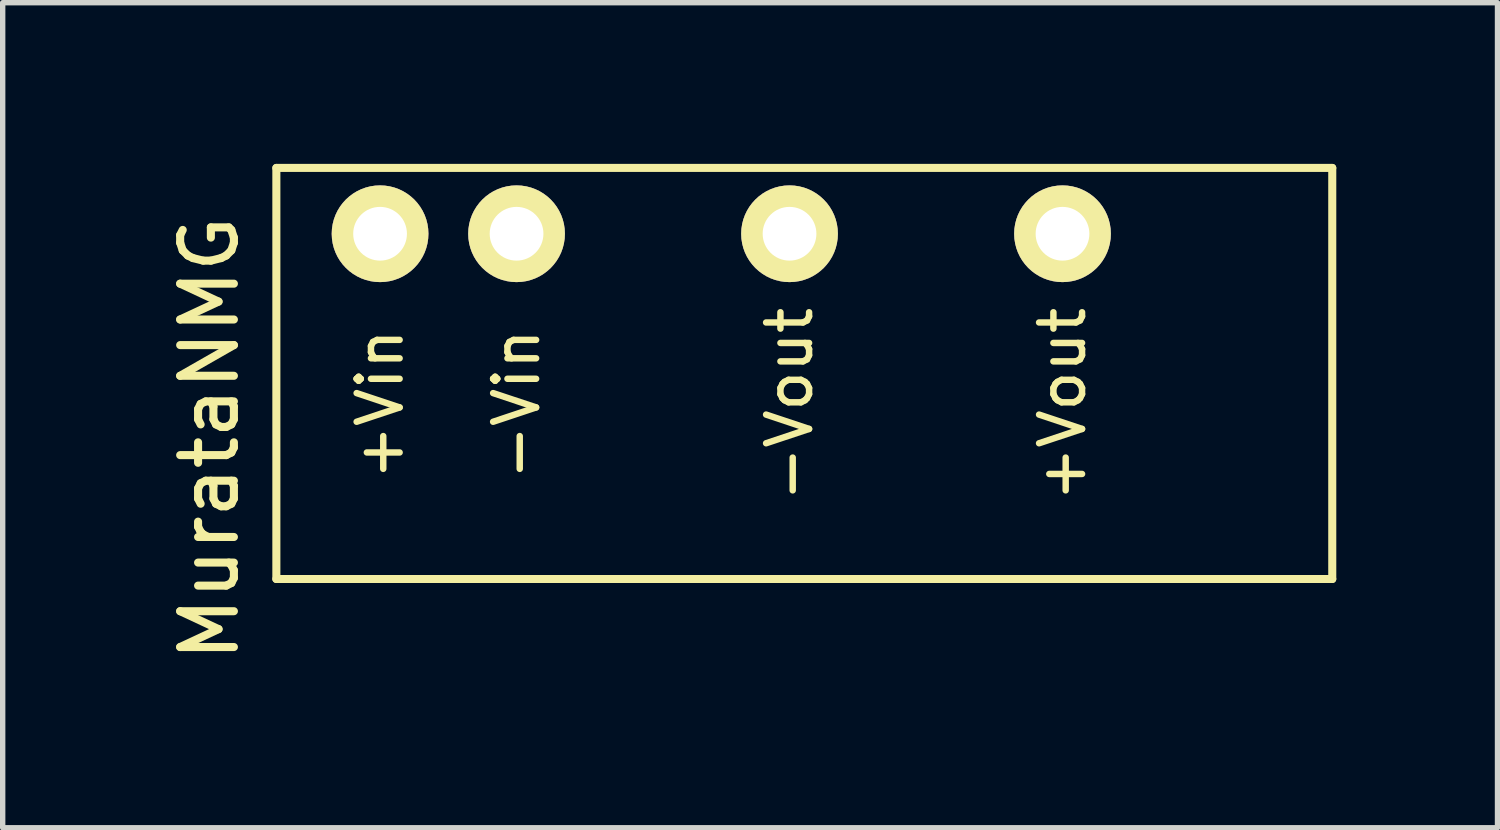
<source format=kicad_pcb>
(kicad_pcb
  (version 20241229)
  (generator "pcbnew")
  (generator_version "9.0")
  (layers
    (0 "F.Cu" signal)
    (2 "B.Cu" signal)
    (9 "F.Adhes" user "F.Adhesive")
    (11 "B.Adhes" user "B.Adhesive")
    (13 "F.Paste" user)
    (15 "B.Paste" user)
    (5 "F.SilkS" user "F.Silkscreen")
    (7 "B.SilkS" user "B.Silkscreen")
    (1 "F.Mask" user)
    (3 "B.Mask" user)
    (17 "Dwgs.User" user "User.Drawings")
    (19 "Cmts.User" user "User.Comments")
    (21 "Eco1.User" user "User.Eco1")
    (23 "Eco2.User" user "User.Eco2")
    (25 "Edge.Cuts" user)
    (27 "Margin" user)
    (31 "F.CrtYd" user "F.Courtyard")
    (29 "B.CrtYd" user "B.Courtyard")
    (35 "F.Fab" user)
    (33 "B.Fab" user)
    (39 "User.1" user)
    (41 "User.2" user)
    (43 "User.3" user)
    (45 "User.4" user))
  (footprint "MurataNMG"
    (layer "F.Cu")
    (at 10.373 1.3)
    (property "Reference" "MurataNMG" (at -9.525 3.81 90) (layer "F.SilkS") (effects (font (size 1 1) (thickness 0.15))))
    (attr through_hole)
    (fp_line (start -8.28 -1.225) (end -8.28 6.425) (stroke (width 0.15) (type solid)) (layer "F.SilkS"))
    (fp_line (start -8.28 -1.225) (end 11.37 -1.225) (stroke (width 0.15) (type solid)) (layer "F.SilkS"))
    (fp_line (start -8.28 6.425) (end 11.37 6.425) (stroke (width 0.15) (type solid)) (layer "F.SilkS"))
    (fp_line (start 11.37 -1.225) (end 11.37 6.425) (stroke (width 0.15) (type solid)) (layer "F.SilkS"))
    (fp_text user "-Vin" (at -3.81 3.175 90) (layer "F.SilkS") (effects (font (size 0.8 0.8) (thickness 0.12))))
    (fp_text user "+Vout" (at 6.35 3.175 90) (layer "F.SilkS") (effects (font (size 0.8 0.8) (thickness 0.12))))
    (fp_text user "-Vout" (at 1.27 3.175 90) (layer "F.SilkS") (effects (font (size 0.8 0.8) (thickness 0.12))))
    (fp_text user "+Vin" (at -6.35 3.175 90) (layer "F.SilkS") (effects (font (size 0.8 0.8) (thickness 0.12))))
    (pad "1" thru_hole circle (at -6.35 0) (size 1.8 1.8) (drill 1) (layers "*.Cu" "*.Mask" "F.SilkS"))
    (pad "2" thru_hole circle (at -3.81 0) (size 1.8 1.8) (drill 1) (layers "*.Cu" "*.Mask" "F.SilkS"))
    (pad "4" thru_hole circle (at 1.27 0) (size 1.8 1.8) (drill 1) (layers "*.Cu" "*.Mask" "F.SilkS"))
    (pad "6" thru_hole circle (at 6.35 0) (size 1.8 1.8) (drill 1) (layers "*.Cu" "*.Mask" "F.SilkS")))
  (gr_rect
    (start -3 -3)
    (end 24.818 12.354)
    (stroke (width 0.1) (type default))
    (fill no)
    (layer "Edge.Cuts")))
</source>
